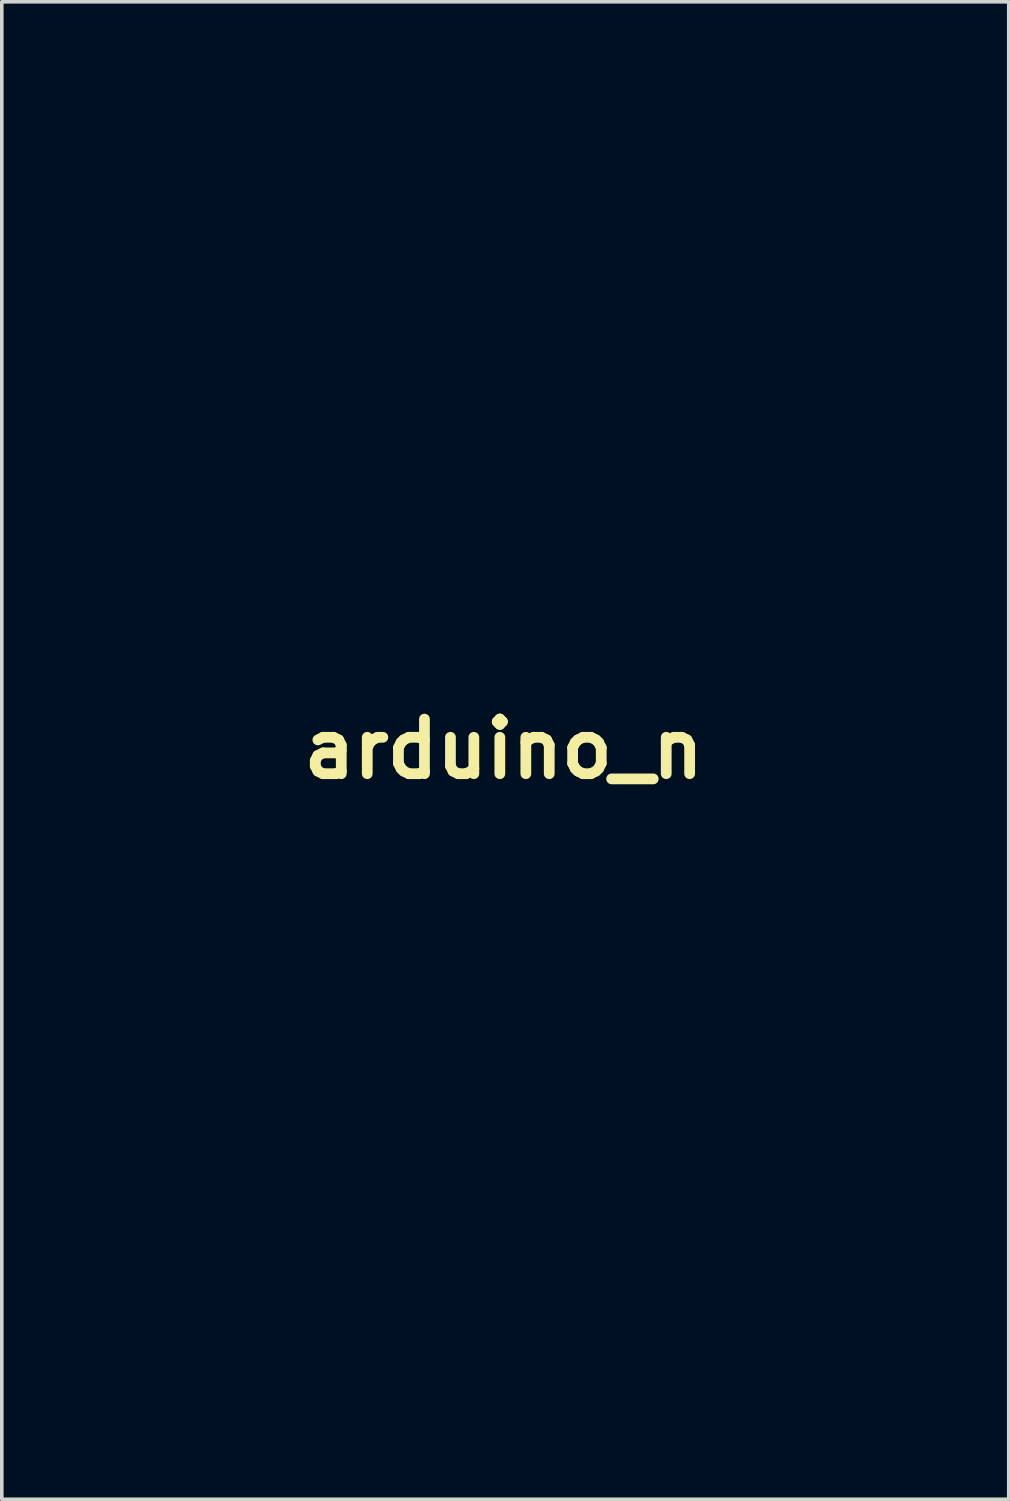
<source format=kicad_pcb>
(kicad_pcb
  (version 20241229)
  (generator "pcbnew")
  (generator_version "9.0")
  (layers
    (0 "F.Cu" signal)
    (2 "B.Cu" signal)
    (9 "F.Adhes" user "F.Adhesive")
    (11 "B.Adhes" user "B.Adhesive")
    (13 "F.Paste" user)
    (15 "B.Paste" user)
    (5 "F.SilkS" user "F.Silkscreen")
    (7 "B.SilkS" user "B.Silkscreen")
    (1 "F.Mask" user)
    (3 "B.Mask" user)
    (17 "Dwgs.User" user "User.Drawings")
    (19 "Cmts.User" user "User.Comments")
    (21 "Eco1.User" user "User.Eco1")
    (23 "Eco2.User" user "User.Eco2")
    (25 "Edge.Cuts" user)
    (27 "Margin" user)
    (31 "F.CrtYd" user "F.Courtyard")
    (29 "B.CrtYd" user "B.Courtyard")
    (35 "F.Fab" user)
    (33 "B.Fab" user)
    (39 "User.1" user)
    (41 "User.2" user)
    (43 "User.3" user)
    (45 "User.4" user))
  (footprint "arduino_n"
    (layer "F.Cu")
    (at 11.012 17.858)
    (property "Reference" "arduino_n" (at 0 0 0) (layer "F.SilkS") (effects (font (size 1.524 1.524) (thickness 0.3))))
    (attr through_hole)
    (fp_poly (pts (xy -3.197 -13.15) (xy -3.166 -13.097) (xy -3.085 -12.886) (xy -3.072 -12.716) (xy -3.11 -12.651) (xy -3.17 -12.735) (xy -3.204 -12.811) (xy -3.279 -13.034) (xy -3.3 -13.182) (xy -3.271 -13.23) (xy -3.197 -13.15)) (stroke (width 0.01) (type solid)) (fill yes) (layer "F.Mask"))
    (fp_poly (pts (xy -0.599 -13.735) (xy -0.593 -13.707) (xy -0.662 -13.65) (xy -0.791 -13.663) (xy -1.028 -13.651) (xy -1.15 -13.59) (xy -1.318 -13.487) (xy -1.401 -13.475) (xy -1.373 -13.547) (xy -1.282 -13.634) (xy -1.099 -13.737) (xy -0.886 -13.792) (xy -0.701 -13.793) (xy -0.599 -13.735)) (stroke (width 0.01) (type solid)) (fill yes) (layer "F.Mask"))
    (fp_poly (pts (xy -2.676 -13.551) (xy -2.516 -13.467) (xy -2.455 -13.37) (xy -2.517 -13.314) (xy -2.593 -13.327) (xy -2.768 -13.323) (xy -2.863 -13.273) (xy -2.957 -13.211) (xy -2.952 -13.28) (xy -2.94 -13.314) (xy -2.934 -13.438) (xy -2.983 -13.462) (xy -3.035 -13.495) (xy -2.994 -13.55) (xy -2.86 -13.587) (xy -2.676 -13.551)) (stroke (width 0.01) (type solid)) (fill yes) (layer "F.Mask"))
    (fp_poly (pts (xy -0.677 -14.147) (xy -0.677 -14.139) (xy -0.749 -14.075) (xy -0.879 -14.055) (xy -1.07 -13.993) (xy -1.292 -13.836) (xy -1.345 -13.785) (xy -1.501 -13.637) (xy -1.596 -13.57) (xy -1.609 -13.576) (xy -1.542 -13.749) (xy -1.377 -13.941) (xy -1.168 -14.095) (xy -1.082 -14.133) (xy -0.838 -14.208) (xy -0.714 -14.212) (xy -0.677 -14.147)) (stroke (width 0.01) (type solid)) (fill yes) (layer "F.Mask"))
    (fp_poly (pts (xy -3.064 -12.093) (xy -3.083 -11.882) (xy -3.1 -11.769) (xy -3.222 -11.405) (xy -3.401 -11.13) (xy -3.644 -10.854) (xy -3.248 -10.662) (xy -2.969 -10.549) (xy -2.71 -10.48) (xy -2.615 -10.47) (xy -2.46 -10.449) (xy -2.422 -10.4) (xy -2.546 -10.342) (xy -2.765 -10.35) (xy -3.018 -10.422) (xy -3.048 -10.435) (xy -3.27 -10.544) (xy -3.52 -10.681) (xy -3.535 -10.69) (xy -3.81 -10.851) (xy -3.574 -11.086) (xy -3.408 -11.315) (xy -3.265 -11.621) (xy -3.221 -11.756) (xy -3.137 -12.03) (xy -3.084 -12.143) (xy -3.064 -12.093)) (stroke (width 0.01) (type solid)) (fill yes) (layer "F.Mask"))
    (fp_poly (pts (xy -3.14 -14.919) (xy -3.199 -14.747) (xy -3.271 -14.591) (xy -3.39 -14.3) (xy -3.462 -14.016) (xy -3.471 -13.908) (xy -3.492 -13.723) (xy -3.547 -13.669) (xy -3.556 -13.674) (xy -3.628 -13.667) (xy -3.627 -13.522) (xy -3.554 -13.251) (xy -3.473 -13.023) (xy -3.376 -12.736) (xy -3.344 -12.58) (xy -3.372 -12.562) (xy -3.455 -12.693) (xy -3.554 -12.907) (xy -3.657 -13.205) (xy -3.718 -13.496) (xy -3.725 -13.598) (xy -3.695 -13.797) (xy -3.615 -14.067) (xy -3.504 -14.365) (xy -3.381 -14.645) (xy -3.264 -14.865) (xy -3.17 -14.979) (xy -3.149 -14.986) (xy -3.14 -14.919)) (stroke (width 0.01) (type solid)) (fill yes) (layer "F.Mask"))
    (fp_poly (pts (xy -2.411 -9.613) (xy -2.524 -9.448) (xy -2.702 -9.247) (xy -2.911 -9.044) (xy -3.119 -8.875) (xy -3.239 -8.799) (xy -3.434 -8.683) (xy -3.545 -8.592) (xy -3.555 -8.571) (xy -3.516 -8.467) (xy -3.416 -8.272) (xy -3.348 -8.149) (xy -3.245 -7.944) (xy -3.206 -7.814) (xy -3.221 -7.789) (xy -3.303 -7.858) (xy -3.419 -8.031) (xy -3.47 -8.125) (xy -3.599 -8.415) (xy -3.621 -8.609) (xy -3.529 -8.752) (xy -3.323 -8.879) (xy -3.078 -9.046) (xy -2.822 -9.281) (xy -2.722 -9.395) (xy -2.558 -9.583) (xy -2.436 -9.693) (xy -2.395 -9.705) (xy -2.411 -9.613)) (stroke (width 0.01) (type solid)) (fill yes) (layer "F.Mask"))
    (fp_poly (pts (xy -0.776 -13.472) (xy -0.722 -13.287) (xy -0.696 -13.049) (xy -0.706 -12.818) (xy -0.731 -12.709) (xy -0.86 -12.511) (xy -1.042 -12.47) (xy -1.207 -12.549) (xy -1.319 -12.704) (xy -1.396 -12.934) (xy -1.399 -12.954) (xy -1.446 -13.25) (xy -1.307 -12.933) (xy -1.161 -12.696) (xy -1.007 -12.615) (xy -0.874 -12.653) (xy -0.847 -12.7) (xy -0.914 -12.779) (xy -0.953 -12.785) (xy -1.091 -12.857) (xy -1.198 -13.028) (xy -1.238 -13.227) (xy -1.226 -13.298) (xy -1.129 -13.429) (xy -0.996 -13.461) (xy -0.91 -13.399) (xy -0.892 -13.4) (xy -0.9 -13.441) (xy -0.877 -13.538) (xy -0.848 -13.547) (xy -0.776 -13.472)) (stroke (width 0.01) (type solid)) (fill yes) (layer "F.Mask"))
    (fp_poly (pts (xy -1.03 -11.833) (xy -1.016 -11.798) (xy -1.016 -11.797) (xy -1.089 -11.734) (xy -1.232 -11.703) (xy -1.467 -11.655) (xy -1.608 -11.6) (xy -1.828 -11.528) (xy -1.955 -11.515) (xy -2.083 -11.505) (xy -2.077 -11.447) (xy -1.994 -11.351) (xy -1.901 -11.2) (xy -1.898 -11.103) (xy -1.872 -11.016) (xy -1.775 -10.963) (xy -1.566 -10.968) (xy -1.358 -11.072) (xy -1.214 -11.234) (xy -1.185 -11.342) (xy -1.146 -11.504) (xy -1.101 -11.557) (xy -1.023 -11.561) (xy -1.013 -11.461) (xy -1.059 -11.303) (xy -1.15 -11.134) (xy -1.224 -11.045) (xy -1.501 -10.873) (xy -1.814 -10.859) (xy -1.926 -10.893) (xy -2.014 -11.003) (xy -2.032 -11.101) (xy -2.089 -11.261) (xy -2.159 -11.315) (xy -2.28 -11.403) (xy -2.243 -11.503) (xy -2.058 -11.605) (xy -1.841 -11.672) (xy -1.466 -11.766) (xy -1.226 -11.822) (xy -1.09 -11.842) (xy -1.03 -11.833)) (stroke (width 0.01) (type solid)) (fill yes) (layer "F.Mask"))
    (fp_poly (pts (xy -0.53 -10.69) (xy -0.464 -10.493) (xy -0.399 -10.326) (xy -0.26 -10.188) (xy -0.009 -10.043) (xy 0.064 -10.007) (xy 0.312 -9.875) (xy 0.486 -9.76) (xy 0.543 -9.695) (xy 0.476 -9.58) (xy 0.275 -9.482) (xy -0.022 -9.407) (xy -0.381 -9.358) (xy -0.765 -9.34) (xy -1.139 -9.356) (xy -1.467 -9.411) (xy -1.58 -9.447) (xy -1.835 -9.571) (xy -1.978 -9.704) (xy -1.989 -9.823) (xy -1.944 -9.866) (xy -1.874 -9.845) (xy -1.863 -9.787) (xy -1.787 -9.692) (xy -1.59 -9.59) (xy -1.319 -9.496) (xy -1.021 -9.428) (xy -0.742 -9.4) (xy -0.725 -9.4) (xy -0.474 -9.422) (xy -0.191 -9.476) (xy 0.075 -9.549) (xy 0.272 -9.626) (xy 0.352 -9.695) (xy 0.352 -9.696) (xy 0.282 -9.772) (xy 0.101 -9.869) (xy -0.013 -9.916) (xy -0.281 -10.05) (xy -0.463 -10.244) (xy -0.599 -10.544) (xy -0.635 -10.657) (xy -0.656 -10.798) (xy -0.608 -10.805) (xy -0.53 -10.69)) (stroke (width 0.01) (type solid)) (fill yes) (layer "F.Mask"))
    (fp_poly (pts (xy -2.832 -12.971) (xy -2.818 -12.921) (xy -2.764 -12.826) (xy -2.762 -12.827) (xy -2.455 -12.827) (xy -2.413 -12.785) (xy -2.371 -12.827) (xy -2.413 -12.869) (xy -2.455 -12.827) (xy -2.762 -12.827) (xy -2.722 -12.849) (xy -2.6 -12.937) (xy -2.503 -12.967) (xy -2.371 -12.942) (xy -2.28 -12.789) (xy -2.258 -12.721) (xy -2.184 -12.536) (xy -2.112 -12.447) (xy -2.104 -12.446) (xy -2.046 -12.375) (xy -2.032 -12.272) (xy -2.062 -12.153) (xy -2.111 -12.146) (xy -2.22 -12.135) (xy -2.243 -12.109) (xy -2.353 -12.028) (xy -2.507 -12.087) (xy -2.638 -12.239) (xy -2.714 -12.384) (xy -2.58 -12.384) (xy -2.569 -12.315) (xy -2.472 -12.195) (xy -2.365 -12.213) (xy -2.3 -12.348) (xy -2.296 -12.425) (xy -2.312 -12.557) (xy -2.34 -12.522) (xy -2.346 -12.503) (xy -2.428 -12.394) (xy -2.501 -12.393) (xy -2.58 -12.384) (xy -2.714 -12.384) (xy -2.764 -12.48) (xy -2.851 -12.735) (xy -2.869 -12.886) (xy -2.856 -13.009) (xy -2.832 -12.971)) (stroke (width 0.01) (type solid)) (fill yes) (layer "F.Mask"))
    (fp_poly (pts (xy 3.256 12.633) (xy 3.367 12.742) (xy 3.469 12.902) (xy 3.597 13.184) (xy 3.737 13.548) (xy 3.876 13.953) (xy 3.999 14.356) (xy 4.092 14.716) (xy 4.143 14.992) (xy 4.148 15.071) (xy 4.129 15.502) (xy 4.067 15.803) (xy 3.947 16.009) (xy 3.755 16.155) (xy 3.717 16.176) (xy 3.502 16.278) (xy 3.351 16.336) (xy 3.325 16.341) (xy 3.241 16.284) (xy 3.067 16.129) (xy 2.827 15.9) (xy 2.568 15.642) (xy 1.88 14.944) (xy 1.804 14.291) (xy 1.773 13.908) (xy 1.766 13.529) (xy 1.783 13.236) (xy 1.784 13.233) (xy 1.814 13.021) (xy 1.832 12.945) (xy 1.842 13.014) (xy 1.849 13.238) (xy 1.852 13.377) (xy 1.873 13.775) (xy 1.914 14.2) (xy 1.946 14.432) (xy 1.99 14.664) (xy 2.051 14.847) (xy 2.153 15.02) (xy 2.32 15.221) (xy 2.578 15.489) (xy 2.679 15.591) (xy 3.33 16.245) (xy 3.644 16.085) (xy 3.818 15.986) (xy 3.918 15.879) (xy 3.973 15.712) (xy 4.01 15.434) (xy 4.015 15.392) (xy 4.034 15.147) (xy 4.028 14.934) (xy 3.989 14.707) (xy 3.908 14.423) (xy 3.777 14.038) (xy 3.727 13.897) (xy 3.584 13.505) (xy 3.454 13.157) (xy 3.35 12.892) (xy 3.291 12.754) (xy 3.231 12.631) (xy 3.256 12.633)) (stroke (width 0.01) (type solid)) (fill yes) (layer "F.Mask"))
    (fp_poly (pts (xy -0.881 -8.224) (xy -0.847 -8.006) (xy -0.847 -7.99) (xy -0.847 -7.682) (xy -0.662 -7.926) (xy -0.533 -8.096) (xy -0.457 -8.197) (xy -0.452 -8.204) (xy -0.378 -8.194) (xy -0.27 -8.098) (xy -0.186 -7.974) (xy -0.169 -7.912) (xy -0.22 -7.783) (xy -0.348 -7.593) (xy -0.397 -7.531) (xy -0.536 -7.357) (xy -0.572 -7.257) (xy -0.515 -7.181) (xy -0.467 -7.145) (xy -0.325 -7.074) (xy -0.198 -7.13) (xy -0.154 -7.168) (xy -0.064 -7.238) (xy -0.019 -7.218) (xy -0.002 -7.08) (xy 0 -6.871) (xy -0.005 -6.616) (xy -0.037 -6.486) (xy -0.121 -6.44) (xy -0.257 -6.435) (xy -0.464 -6.395) (xy -0.562 -6.308) (xy -0.676 -6.213) (xy -0.851 -6.181) (xy -1.001 -6.197) (xy -1.083 -6.276) (xy -1.132 -6.462) (xy -1.147 -6.562) (xy -1.155 -6.604) (xy -0.677 -6.604) (xy -0.66 -6.469) (xy -0.596 -6.483) (xy -0.576 -6.502) (xy -0.518 -6.618) (xy -0.576 -6.706) (xy -0.652 -6.747) (xy -0.677 -6.645) (xy -0.677 -6.604) (xy -1.155 -6.604) (xy -1.19 -6.795) (xy -1.255 -6.906) (xy -1.389 -6.94) (xy -1.534 -6.943) (xy -1.755 -6.96) (xy -1.849 -7.023) (xy -1.863 -7.095) (xy -1.79 -7.311) (xy -1.593 -7.433) (xy -1.454 -7.451) (xy -1.328 -7.464) (xy -1.276 -7.534) (xy -1.278 -7.706) (xy -1.29 -7.827) (xy -1.302 -8.085) (xy -1.258 -8.218) (xy -1.21 -8.25) (xy -0.994 -8.299) (xy -0.881 -8.224)) (stroke (width 0.01) (type solid)) (fill yes) (layer "F.Mask"))
    (fp_poly (pts (xy -3.68 13.403) (xy -3.601 13.542) (xy -3.538 13.675) (xy -3.519 13.788) (xy -3.555 13.921) (xy -3.658 14.115) (xy -3.839 14.409) (xy -3.853 14.432) (xy -4.061 14.743) (xy -4.275 15.004) (xy -4.536 15.254) (xy -4.883 15.537) (xy -5.063 15.673) (xy -5.438 15.949) (xy -5.724 16.137) (xy -5.962 16.261) (xy -6.194 16.342) (xy -6.434 16.397) (xy -6.792 16.464) (xy -7.02 16.491) (xy -7.158 16.471) (xy -7.243 16.395) (xy -7.312 16.255) (xy -7.332 16.207) (xy -7.399 16.023) (xy -7.406 15.88) (xy -7.343 15.712) (xy -7.222 15.495) (xy -7.096 15.308) (xy -6.908 15.065) (xy -6.68 14.79) (xy -6.436 14.51) (xy -6.199 14.25) (xy -5.993 14.037) (xy -5.839 13.896) (xy -5.762 13.853) (xy -5.757 13.863) (xy -5.812 13.954) (xy -5.959 14.138) (xy -6.175 14.388) (xy -6.38 14.612) (xy -6.774 15.056) (xy -7.048 15.412) (xy -7.21 15.7) (xy -7.272 15.941) (xy -7.242 16.154) (xy -7.199 16.252) (xy -7.143 16.33) (xy -7.056 16.365) (xy -6.897 16.358) (xy -6.625 16.313) (xy -6.526 16.294) (xy -6.251 16.233) (xy -6.019 16.155) (xy -5.786 16.036) (xy -5.511 15.855) (xy -5.149 15.59) (xy -5.129 15.575) (xy -4.713 15.248) (xy -4.404 14.965) (xy -4.162 14.689) (xy -3.969 14.41) (xy -3.792 14.12) (xy -3.696 13.925) (xy -3.668 13.782) (xy -3.694 13.647) (xy -3.712 13.599) (xy -3.775 13.385) (xy -3.76 13.318) (xy -3.68 13.403)) (stroke (width 0.01) (type solid)) (fill yes) (layer "F.Mask"))
    (fp_poly (pts (xy -3.645 -8.046) (xy -3.795 -7.876) (xy -4.034 -7.623) (xy -4.346 -7.305) (xy -4.714 -6.937) (xy -4.932 -6.723) (xy -5.393 -6.276) (xy -5.763 -5.925) (xy -6.074 -5.647) (xy -6.355 -5.418) (xy -6.635 -5.215) (xy -6.945 -5.013) (xy -7.314 -4.791) (xy -7.537 -4.66) (xy -8.19 -4.273) (xy -8.708 -3.953) (xy -9.107 -3.686) (xy -9.4 -3.46) (xy -9.603 -3.26) (xy -9.731 -3.076) (xy -9.799 -2.892) (xy -9.821 -2.697) (xy -9.821 -2.666) (xy -9.842 -2.446) (xy -9.895 -2.161) (xy -9.918 -2.063) (xy -9.969 -1.813) (xy -9.959 -1.662) (xy -9.883 -1.55) (xy -9.877 -1.543) (xy -9.789 -1.475) (xy -9.686 -1.464) (xy -9.521 -1.517) (xy -9.251 -1.64) (xy -9.251 -1.64) (xy -8.959 -1.797) (xy -8.754 -1.967) (xy -8.574 -2.205) (xy -8.467 -2.383) (xy -8.132 -2.84) (xy -7.646 -3.32) (xy -7.003 -3.825) (xy -6.201 -4.359) (xy -5.559 -4.741) (xy -5.081 -5.019) (xy -4.715 -5.244) (xy -4.425 -5.444) (xy -4.174 -5.647) (xy -3.928 -5.88) (xy -3.648 -6.171) (xy -3.538 -6.29) (xy -3.254 -6.592) (xy -3.011 -6.838) (xy -2.831 -7.007) (xy -2.738 -7.077) (xy -2.73 -7.077) (xy -2.769 -7.003) (xy -2.906 -6.831) (xy -3.119 -6.585) (xy -3.389 -6.288) (xy -3.464 -6.208) (xy -3.764 -5.894) (xy -4.023 -5.643) (xy -4.277 -5.428) (xy -4.56 -5.222) (xy -4.909 -4.998) (xy -5.358 -4.729) (xy -5.548 -4.617) (xy -6.37 -4.116) (xy -7.044 -3.656) (xy -7.582 -3.228) (xy -7.999 -2.821) (xy -8.307 -2.423) (xy -8.379 -2.305) (xy -8.566 -2.009) (xy -8.749 -1.808) (xy -8.99 -1.645) (xy -9.207 -1.533) (xy -9.473 -1.403) (xy -9.671 -1.309) (xy -9.761 -1.27) (xy -9.762 -1.27) (xy -9.83 -1.323) (xy -9.962 -1.448) (xy -10.06 -1.56) (xy -10.097 -1.672) (xy -10.079 -1.84) (xy -10.017 -2.093) (xy -9.958 -2.371) (xy -9.934 -2.593) (xy -9.942 -2.682) (xy -9.935 -2.875) (xy -9.817 -3.127) (xy -9.614 -3.401) (xy -9.351 -3.655) (xy -9.259 -3.726) (xy -9.046 -3.869) (xy -8.722 -4.076) (xy -8.32 -4.324) (xy -7.877 -4.592) (xy -7.578 -4.769) (xy -7.151 -5.023) (xy -6.805 -5.238) (xy -6.512 -5.439) (xy -6.239 -5.649) (xy -5.956 -5.893) (xy -5.633 -6.195) (xy -5.238 -6.581) (xy -4.977 -6.84) (xy -4.59 -7.221) (xy -4.243 -7.554) (xy -3.954 -7.825) (xy -3.74 -8.015) (xy -3.62 -8.11) (xy -3.6 -8.116) (xy -3.645 -8.046)) (stroke (width 0.01) (type solid)) (fill yes) (layer "F.Mask"))
    (fp_poly (pts (xy -1.745 -16.628) (xy -1.685 -16.614) (xy -1.399 -16.566) (xy -1.14 -16.56) (xy -1.08 -16.568) (xy -0.878 -16.56) (xy -0.561 -16.473) (xy -0.116 -16.304) (xy 0.001 -16.256) (xy 0.438 -16.081) (xy 0.755 -15.978) (xy 0.981 -15.94) (xy 1.106 -15.948) (xy 1.287 -15.962) (xy 1.41 -15.89) (xy 1.531 -15.713) (xy 1.707 -15.495) (xy 1.917 -15.338) (xy 1.944 -15.326) (xy 2.153 -15.2) (xy 2.239 -15.037) (xy 2.198 -14.821) (xy 2.026 -14.538) (xy 1.722 -14.174) (xy 1.657 -14.104) (xy 1.458 -13.864) (xy 1.319 -13.649) (xy 1.271 -13.511) (xy 1.307 -13.211) (xy 1.398 -13.013) (xy 1.513 -12.951) (xy 1.599 -12.936) (xy 1.549 -12.873) (xy 1.496 -12.831) (xy 1.377 -12.646) (xy 1.369 -12.516) (xy 1.394 -12.42) (xy 1.445 -12.427) (xy 1.544 -12.553) (xy 1.651 -12.718) (xy 1.801 -12.937) (xy 1.922 -13.084) (xy 1.971 -13.12) (xy 1.992 -13.064) (xy 1.921 -12.908) (xy 1.776 -12.684) (xy 1.596 -12.448) (xy 1.449 -12.249) (xy 1.364 -12.095) (xy 1.355 -12.059) (xy 1.296 -11.955) (xy 1.139 -11.772) (xy 0.916 -11.538) (xy 0.656 -11.285) (xy 0.39 -11.043) (xy 0.149 -10.842) (xy 0.089 -10.797) (xy -0.144 -10.652) (xy -0.319 -10.588) (xy -0.407 -10.614) (xy -0.401 -10.689) (xy -0.398 -10.845) (xy -0.435 -10.995) (xy -0.481 -11.1) (xy -0.537 -11.129) (xy -0.638 -11.07) (xy -0.819 -10.911) (xy -0.897 -10.839) (xy -1.146 -10.629) (xy -1.333 -10.529) (xy -1.503 -10.514) (xy -1.519 -10.516) (xy -1.664 -10.528) (xy -1.725 -10.479) (xy -1.727 -10.327) (xy -1.712 -10.186) (xy -1.695 -9.928) (xy -1.712 -9.831) (xy -1.752 -9.895) (xy -1.802 -10.117) (xy -1.815 -10.198) (xy -1.88 -10.466) (xy -2.006 -10.642) (xy -2.166 -10.757) (xy -2.359 -10.92) (xy -2.536 -11.142) (xy -2.681 -11.39) (xy -2.778 -11.626) (xy -2.81 -11.817) (xy -2.761 -11.925) (xy -2.709 -11.938) (xy -2.648 -11.865) (xy -2.624 -11.705) (xy -2.561 -11.417) (xy -2.401 -11.119) (xy -2.189 -10.887) (xy -2.109 -10.833) (xy -1.703 -10.669) (xy -1.36 -10.655) (xy -1.057 -10.798) (xy -0.772 -11.102) (xy -0.73 -11.161) (xy -0.638 -11.301) (xy -0.574 -11.435) (xy -0.531 -11.594) (xy -0.506 -11.814) (xy -0.492 -12.127) (xy -0.483 -12.569) (xy -0.482 -12.685) (xy -0.471 -13.164) (xy -0.453 -13.498) (xy -0.428 -13.679) (xy -0.398 -13.699) (xy -0.394 -13.689) (xy -0.368 -13.53) (xy -0.355 -13.247) (xy -0.356 -12.883) (xy -0.367 -12.589) (xy -0.383 -12.164) (xy -0.38 -11.888) (xy -0.358 -11.742) (xy -0.315 -11.706) (xy -0.312 -11.707) (xy -0.221 -11.81) (xy -0.21 -11.868) (xy -0.153 -12.024) (xy -0.062 -12.142) (xy 0.017 -12.289) (xy 0.069 -12.508) (xy 0.089 -12.742) (xy 0.072 -12.937) (xy 0.016 -13.035) (xy 0 -13.039) (xy -0.069 -12.968) (xy -0.085 -12.869) (xy -0.12 -12.732) (xy -0.169 -12.7) (xy -0.247 -12.759) (xy -0.233 -12.897) (xy -0.135 -13.059) (xy -0.112 -13.084) (xy 0.005 -13.18) (xy 0.086 -13.146) (xy 0.139 -13.079) (xy 0.209 -12.849) (xy 0.194 -12.542) (xy 0.132 -12.269) (xy 0.029 -11.992) (xy -0.09 -11.76) (xy -0.204 -11.62) (xy -0.253 -11.599) (xy -0.348 -11.527) (xy -0.384 -11.344) (xy -0.354 -11.101) (xy -0.334 -11.036) (xy -0.256 -10.848) (xy -0.186 -10.755) (xy -0.178 -10.753) (xy -0.08 -10.807) (xy 0.104 -10.949) (xy 0.342 -11.149) (xy 0.598 -11.376) (xy 0.838 -11.602) (xy 1.029 -11.794) (xy 1.107 -11.884) (xy 1.199 -12.02) (xy 1.247 -12.163) (xy 1.258 -12.364) (xy 1.239 -12.671) (xy 1.231 -12.768) (xy 1.179 -13.228) (xy 1.109 -13.69) (xy 1.045 -14.031) (xy 1.195 -14.031) (xy 1.197 -13.911) (xy 1.26 -13.885) (xy 1.346 -13.946) (xy 1.505 -14.107) (xy 1.703 -14.334) (xy 1.725 -14.361) (xy 1.967 -14.679) (xy 2.086 -14.907) (xy 2.085 -15.07) (xy 1.967 -15.188) (xy 1.858 -15.242) (xy 1.653 -15.293) (xy 1.512 -15.273) (xy 1.468 -15.203) (xy 1.552 -15.104) (xy 1.6 -15.076) (xy 1.735 -14.976) (xy 1.76 -14.858) (xy 1.669 -14.69) (xy 1.482 -14.467) (xy 1.293 -14.226) (xy 1.195 -14.031) (xy 1.045 -14.031) (xy 1.028 -14.118) (xy 0.944 -14.475) (xy 0.866 -14.716) (xy 1.026 -14.716) (xy 1.057 -14.547) (xy 1.071 -14.494) (xy 1.123 -14.298) (xy 1.366 -14.531) (xy 1.522 -14.706) (xy 1.605 -14.85) (xy 1.609 -14.875) (xy 1.568 -14.97) (xy 1.431 -14.966) (xy 1.232 -14.888) (xy 1.075 -14.806) (xy 1.026 -14.716) (xy 0.866 -14.716) (xy 0.864 -14.723) (xy 0.818 -14.809) (xy 0.608 -14.97) (xy 0.266 -15.126) (xy -0.000114 -15.212) (xy 0.649 -15.212) (xy 0.706 -15.076) (xy 0.855 -15.013) (xy 1.058 -15.003) (xy 1.235 -15.046) (xy 1.334 -15.165) (xy 1.391 -15.347) (xy 1.427 -15.631) (xy 1.358 -15.782) (xy 1.184 -15.802) (xy 1.026 -15.752) (xy 0.825 -15.612) (xy 0.691 -15.414) (xy 0.649 -15.212) (xy -0.000114 -15.212) (xy -0.169 -15.267) (xy -0.236 -15.282) (xy 0.254 -15.282) (xy 0.296 -15.24) (xy 0.339 -15.282) (xy 0.296 -15.325) (xy 0.254 -15.282) (xy -0.236 -15.282) (xy -0.597 -15.367) (xy 0 -15.367) (xy 0.042 -15.325) (xy 0.085 -15.367) (xy 0.042 -15.409) (xy 0 -15.367) (xy -0.597 -15.367) (xy -0.66 -15.382) (xy -1.169 -15.461) (xy -1.245 -15.466) (xy -0.31 -15.466) (xy -0.299 -15.415) (xy -0.254 -15.409) (xy -0.184 -15.44) (xy -0.198 -15.466) (xy -0.298 -15.476) (xy -0.31 -15.466) (xy -1.245 -15.466) (xy -1.658 -15.494) (xy -1.711 -15.494) (xy -2.178 -15.422) (xy -2.554 -15.21) (xy -2.829 -14.865) (xy -2.908 -14.69) (xy -2.979 -14.647) (xy -3 -14.661) (xy -3.016 -14.778) (xy -2.931 -14.961) (xy -2.777 -15.166) (xy -2.58 -15.351) (xy -2.493 -15.412) (xy -2.343 -15.514) (xy -0.641 -15.514) (xy -0.557 -15.501) (xy -0.448 -15.516) (xy -0.446 -15.545) (xy -0.56 -15.565) (xy -0.609 -15.552) (xy -0.641 -15.514) (xy -2.343 -15.514) (xy -2.309 -15.537) (xy -2.228 -15.653) (xy -2.222 -15.828) (xy -2.242 -15.992) (xy -2.242 -16.009) (xy -2.119 -16.009) (xy -2.099 -15.787) (xy -2.059 -15.635) (xy -2.012 -15.6) (xy -1.942 -15.706) (xy -1.933 -15.94) (xy -1.934 -15.945) (xy -1.929 -16.029) (xy -1.807 -16.029) (xy -1.8 -15.882) (xy -1.771 -15.774) (xy -1.711 -15.705) (xy -1.582 -15.659) (xy -1.347 -15.621) (xy -1.116 -15.592) (xy -1.06 -15.612) (xy -1.137 -15.712) (xy -1.245 -15.87) (xy -1.27 -15.964) (xy -1.342 -16.066) (xy -1.384 -16.086) (xy -1.185 -16.086) (xy -1.123 -15.892) (xy -0.975 -15.736) (xy -0.8 -15.678) (xy -0.778 -15.68) (xy -0.687 -15.758) (xy -0.296 -15.758) (xy -0.286 -15.646) (xy -0.229 -15.667) (xy -0.201 -15.706) (xy -0.04 -15.706) (xy -0.012 -15.663) (xy 0.015 -15.683) (xy 0.191 -15.683) (xy 0.21 -15.498) (xy 0.22 -15.48) (xy 0.289 -15.46) (xy 0.304 -15.488) (xy 0.429 -15.488) (xy 0.476 -15.411) (xy 0.499 -15.409) (xy 0.59 -15.477) (xy 0.628 -15.548) (xy 0.649 -15.697) (xy 0.594 -15.742) (xy 0.505 -15.661) (xy 0.429 -15.488) (xy 0.304 -15.488) (xy 0.357 -15.583) (xy 0.452 -15.764) (xy 0.533 -15.85) (xy 0.556 -15.901) (xy 0.45 -15.916) (xy 0.284 -15.847) (xy 0.191 -15.683) (xy 0.015 -15.683) (xy 0.081 -15.731) (xy 0.12 -15.802) (xy 0.149 -15.951) (xy 0.098 -15.965) (xy 0.004 -15.84) (xy -0.04 -15.706) (xy -0.201 -15.706) (xy -0.142 -15.787) (xy -0.055 -15.951) (xy -0.004 -16.102) (xy 0 -16.139) (xy -0.064 -16.171) (xy -0.071 -16.171) (xy -0.161 -16.1) (xy -0.246 -15.937) (xy -0.296 -15.758) (xy -0.687 -15.758) (xy -0.67 -15.772) (xy -0.607 -15.907) (xy -0.508 -15.907) (xy -0.478 -15.835) (xy -0.396 -15.909) (xy -0.328 -16.023) (xy -0.266 -16.152) (xy -0.298 -16.152) (xy -0.367 -16.097) (xy -0.481 -15.973) (xy -0.508 -15.907) (xy -0.607 -15.907) (xy -0.58 -15.965) (xy -0.57 -15.998) (xy -0.534 -16.215) (xy -0.58 -16.343) (xy -0.644 -16.4) (xy -0.88 -16.507) (xy -1.06 -16.46) (xy -1.166 -16.27) (xy -1.185 -16.086) (xy -1.384 -16.086) (xy -1.505 -16.142) (xy -1.683 -16.163) (xy -1.762 -16.139) (xy -1.807 -16.029) (xy -1.929 -16.029) (xy -1.918 -16.196) (xy -1.809 -16.31) (xy -1.595 -16.294) (xy -1.489 -16.259) (xy -1.327 -16.211) (xy -1.283 -16.246) (xy -1.29 -16.276) (xy -1.39 -16.37) (xy -1.586 -16.465) (xy -1.81 -16.537) (xy -1.99 -16.56) (xy -2.04 -16.548) (xy -2.09 -16.443) (xy -2.116 -16.246) (xy -2.119 -16.009) (xy -2.242 -16.009) (xy -2.255 -16.318) (xy -2.185 -16.531) (xy -2.176 -16.544) (xy -2.082 -16.64) (xy -1.958 -16.666) (xy -1.745 -16.628)) (stroke (width 0.01) (type solid)) (fill yes) (layer "F.Mask"))
    (fp_poly (pts (xy -0.409 -17.838) (xy -0.352 -17.797) (xy -0.339 -17.725) (xy -0.339 -17.714) (xy -0.324 -17.601) (xy -0.263 -17.505) (xy -0.128 -17.408) (xy 0.107 -17.292) (xy 0.47 -17.137) (xy 0.543 -17.107) (xy 0.877 -16.974) (xy 1.111 -16.9) (xy 1.302 -16.875) (xy 1.505 -16.893) (xy 1.716 -16.931) (xy 1.983 -16.979) (xy 2.173 -17.004) (xy 2.238 -17.003) (xy 2.399 -16.751) (xy 2.591 -16.406) (xy 2.781 -16.031) (xy 2.935 -15.69) (xy 3.004 -15.507) (xy 3.151 -15.055) (xy 2.919 -14.508) (xy 2.686 -13.96) (xy 2.872 -13.321) (xy 3.057 -12.683) (xy 2.46 -11.902) (xy 2.176 -11.516) (xy 1.991 -11.23) (xy 1.892 -11.016) (xy 1.863 -10.853) (xy 1.872 -10.728) (xy 1.918 -10.627) (xy 2.029 -10.527) (xy 2.23 -10.405) (xy 2.551 -10.238) (xy 2.646 -10.19) (xy 3.075 -9.981) (xy 3.543 -9.764) (xy 3.971 -9.575) (xy 4.106 -9.519) (xy 4.432 -9.384) (xy 4.633 -9.285) (xy 4.738 -9.196) (xy 4.78 -9.09) (xy 4.789 -8.939) (xy 4.789 -8.929) (xy 4.835 -8.662) (xy 4.981 -8.483) (xy 5.001 -8.468) (xy 5.106 -8.405) (xy 5.23 -8.369) (xy 5.408 -8.359) (xy 5.677 -8.372) (xy 6.071 -8.407) (xy 6.167 -8.417) (xy 6.587 -8.456) (xy 6.87 -8.474) (xy 7.045 -8.469) (xy 7.143 -8.44) (xy 7.194 -8.386) (xy 7.197 -8.381) (xy 7.243 -8.281) (xy 7.349 -8.04) (xy 7.51 -7.671) (xy 7.719 -7.19) (xy 7.97 -6.611) (xy 8.257 -5.948) (xy 8.574 -5.216) (xy 8.914 -4.428) (xy 9.18 -3.811) (xy 11.092 0.629) (xy 10.706 1.02) (xy 10.321 1.412) (xy 7.072 2.378) (xy 3.824 3.344) (xy 3.763 4.064) (xy 3.75 4.337) (xy 3.745 4.75) (xy 3.748 5.273) (xy 3.757 5.877) (xy 3.774 6.533) (xy 3.796 7.21) (xy 3.8 7.301) (xy 3.899 9.818) (xy 4.318 10.964) (xy 4.49 11.445) (xy 4.612 11.824) (xy 4.696 12.157) (xy 4.753 12.498) (xy 4.798 12.904) (xy 4.828 13.273) (xy 4.883 13.829) (xy 4.96 14.448) (xy 5.049 15.047) (xy 5.126 15.483) (xy 5.333 16.53) (xy 5.058 17.046) (xy 4.784 17.562) (xy 3.979 17.752) (xy 3.626 17.833) (xy 3.333 17.896) (xy 3.141 17.933) (xy 3.09 17.939) (xy 2.983 17.894) (xy 2.778 17.776) (xy 2.517 17.61) (xy 2.477 17.583) (xy 2.249 17.422) (xy 2.06 17.258) (xy 1.883 17.059) (xy 1.69 16.793) (xy 1.453 16.428) (xy 1.32 16.214) (xy 0.692 15.198) (xy 0.593 14.246) (xy 0.558 13.835) (xy 0.539 13.463) (xy 0.537 13.176) (xy 0.55 13.039) (xy 0.546 12.904) (xy 0.513 12.631) (xy 0.454 12.242) (xy 0.374 11.764) (xy 0.279 11.221) (xy 0.173 10.636) (xy 0.06 10.035) (xy -0.055 9.442) (xy -0.167 8.881) (xy -0.272 8.378) (xy -0.365 7.956) (xy -0.441 7.641) (xy -0.496 7.456) (xy -0.513 7.42) (xy -0.628 7.396) (xy -0.827 7.432) (xy -0.86 7.442) (xy -1.143 7.536) (xy -1.783 9.928) (xy -2.422 12.319) (xy -2.278 12.944) (xy -2.133 13.569) (xy -2.632 14.468) (xy -2.872 14.885) (xy -3.079 15.201) (xy -3.297 15.467) (xy -3.565 15.735) (xy -3.89 16.024) (xy -4.279 16.345) (xy -4.714 16.677) (xy -5.13 16.972) (xy -5.351 17.116) (xy -6.054 17.55) (xy -6.842 17.466) (xy -7.63 17.383) (xy -7.996 16.968) (xy -8.206 16.711) (xy -8.326 16.494) (xy -8.39 16.24) (xy -8.417 16.025) (xy -8.438 15.74) (xy -8.424 15.521) (xy -8.359 15.303) (xy -8.231 15.022) (xy -8.177 14.914) (xy -8.02 14.625) (xy -7.862 14.4) (xy -7.663 14.193) (xy -7.384 13.964) (xy -7.172 13.804) (xy -6.461 13.278) (xy -6.06 11.317) (xy -5.892 10.511) (xy -5.715 9.684) (xy -5.521 8.806) (xy -5.304 7.848) (xy -5.058 6.782) (xy -4.785 5.618) (xy -4.743 5.437) (xy -5.525 5.638) (xy -5.875 5.725) (xy -6.169 5.794) (xy -6.363 5.834) (xy -6.412 5.84) (xy -6.51 5.772) (xy -6.636 5.599) (xy -6.687 5.507) (xy -6.773 5.302) (xy -6.825 5.065) (xy -6.851 4.749) (xy -6.858 4.34) (xy -6.856 4.122) (xy -6.849 3.923) (xy -6.83 3.721) (xy -6.797 3.498) (xy -6.745 3.234) (xy -6.669 2.911) (xy -6.565 2.508) (xy -6.43 2.008) (xy -6.257 1.389) (xy -6.045 0.634) (xy -5.96 0.336) (xy -5.76 -0.372) (xy -5.573 -1.033) (xy -5.404 -1.627) (xy -5.26 -2.137) (xy -5.144 -2.543) (xy -5.064 -2.828) (xy -5.023 -2.972) (xy -5.019 -2.982) (xy -5.02 -3.045) (xy -5.091 -3.056) (xy -5.258 -3.01) (xy -5.547 -2.901) (xy -5.642 -2.863) (xy -6.263 -2.562) (xy -6.876 -2.168) (xy -7.428 -1.72) (xy -7.867 -1.255) (xy -7.881 -1.238) (xy -8.085 -0.989) (xy -8.255 -0.836) (xy -8.451 -0.74) (xy -8.737 -0.662) (xy -8.831 -0.641) (xy -9.151 -0.569) (xy -9.376 -0.528) (xy -9.56 -0.522) (xy -9.758 -0.551) (xy -10.024 -0.617) (xy -10.308 -0.695) (xy -11.007 -0.886) (xy -11.005 -1.649) (xy -11.004 -1.66) (xy -10.753 -1.66) (xy -10.75 -1.377) (xy -10.742 -1.176) (xy -10.731 -1.101) (xy -10.646 -1.079) (xy -10.44 -1.023) (xy -10.157 -0.942) (xy -10.125 -0.933) (xy -9.803 -0.848) (xy -9.568 -0.811) (xy -9.343 -0.822) (xy -9.054 -0.877) (xy -8.967 -0.896) (xy -8.652 -0.976) (xy -8.441 -1.067) (xy -8.27 -1.207) (xy -8.077 -1.438) (xy -8.04 -1.486) (xy -7.494 -2.062) (xy -6.797 -2.577) (xy -5.955 -3.023) (xy -5.572 -3.185) (xy -5.204 -3.326) (xy -4.897 -3.436) (xy -4.682 -3.504) (xy -4.592 -3.52) (xy -4.592 -3.519) (xy -4.597 -3.426) (xy -4.648 -3.219) (xy -4.73 -2.948) (xy -4.793 -2.743) (xy -4.896 -2.397) (xy -5.031 -1.933) (xy -5.192 -1.373) (xy -5.373 -0.74) (xy -5.567 -0.055) (xy -5.755 0.613) (xy -5.978 1.41) (xy -6.158 2.065) (xy -6.301 2.595) (xy -6.41 3.022) (xy -6.489 3.363) (xy -6.544 3.64) (xy -6.578 3.87) (xy -6.597 4.075) (xy -6.604 4.272) (xy -6.604 4.355) (xy -6.582 4.867) (xy -6.516 5.233) (xy -6.408 5.447) (xy -6.288 5.503) (xy -6.16 5.483) (xy -5.908 5.43) (xy -5.574 5.351) (xy -5.318 5.288) (xy -4.962 5.202) (xy -4.671 5.141) (xy -4.48 5.111) (xy -4.426 5.113) (xy -4.434 5.203) (xy -4.476 5.436) (xy -4.549 5.789) (xy -4.646 6.242) (xy -4.765 6.771) (xy -4.896 7.339) (xy -5.065 8.073) (xy -5.249 8.889) (xy -5.435 9.731) (xy -5.611 10.542) (xy -5.764 11.265) (xy -5.811 11.491) (xy -6.216 13.456) (xy -6.917 13.968) (xy -7.255 14.222) (xy -7.488 14.428) (xy -7.658 14.627) (xy -7.8 14.863) (xy -7.894 15.05) (xy -8.09 15.536) (xy -8.157 15.941) (xy -8.093 16.298) (xy -7.897 16.637) (xy -7.807 16.747) (xy -7.634 16.931) (xy -7.48 17.046) (xy -7.289 17.119) (xy -7.008 17.173) (xy -6.843 17.197) (xy -6.193 17.291) (xy -5.488 16.862) (xy -5.108 16.611) (xy -4.673 16.295) (xy -4.253 15.965) (xy -4.063 15.804) (xy -3.702 15.476) (xy -3.433 15.19) (xy -3.208 14.89) (xy -2.981 14.517) (xy -2.891 14.357) (xy -2.44 13.54) (xy -2.711 12.319) (xy -2.073 9.948) (xy -1.908 9.336) (xy -1.756 8.773) (xy -1.623 8.28) (xy -1.514 7.881) (xy -1.436 7.596) (xy -1.395 7.448) (xy -1.391 7.436) (xy -1.305 7.357) (xy -1.113 7.25) (xy -0.867 7.136) (xy -0.615 7.035) (xy -0.408 6.97) (xy -0.295 6.961) (xy -0.29 6.964) (xy -0.269 7.049) (xy -0.22 7.281) (xy -0.145 7.64) (xy -0.049 8.108) (xy 0.064 8.665) (xy 0.191 9.292) (xy 0.297 9.821) (xy 0.48 10.755) (xy 0.624 11.528) (xy 0.73 12.141) (xy 0.796 12.598) (xy 0.825 12.9) (xy 0.824 13.016) (xy 0.816 13.257) (xy 0.828 13.609) (xy 0.858 14.014) (xy 0.881 14.247) (xy 0.924 14.604) (xy 0.969 14.875) (xy 1.032 15.103) (xy 1.131 15.333) (xy 1.282 15.609) (xy 1.502 15.974) (xy 1.563 16.075) (xy 1.831 16.503) (xy 2.048 16.814) (xy 2.237 17.038) (xy 2.427 17.209) (xy 2.576 17.315) (xy 2.815 17.467) (xy 3.005 17.557) (xy 3.193 17.59) (xy 3.429 17.572) (xy 3.761 17.508) (xy 3.943 17.469) (xy 4.588 17.327) (xy 4.805 16.884) (xy 5.022 16.442) (xy 4.841 15.524) (xy 4.764 15.076) (xy 4.686 14.527) (xy 4.616 13.945) (xy 4.564 13.399) (xy 4.562 13.377) (xy 4.519 12.875) (xy 4.474 12.487) (xy 4.415 12.163) (xy 4.331 11.847) (xy 4.209 11.487) (xy 4.047 11.049) (xy 3.629 9.948) (xy 3.545 8.012) (xy 3.521 7.375) (xy 3.504 6.712) (xy 3.492 6.045) (xy 3.487 5.398) (xy 3.488 4.793) (xy 3.495 4.252) (xy 3.507 3.797) (xy 3.525 3.451) (xy 3.549 3.236) (xy 3.569 3.176) (xy 3.659 3.141) (xy 3.894 3.062) (xy 4.257 2.947) (xy 4.729 2.799) (xy 5.293 2.626) (xy 5.932 2.431) (xy 6.627 2.221) (xy 6.871 2.148) (xy 7.588 1.931) (xy 8.26 1.725) (xy 8.868 1.535) (xy 9.393 1.368) (xy 9.817 1.23) (xy 10.121 1.126) (xy 10.287 1.062) (xy 10.307 1.051) (xy 10.504 0.881) (xy 10.624 0.734) (xy 10.649 0.686) (xy 10.66 0.623) (xy 10.653 0.533) (xy 10.623 0.403) (xy 10.566 0.22) (xy 10.476 -0.026) (xy 10.348 -0.35) (xy 10.179 -0.764) (xy 9.963 -1.28) (xy 9.695 -1.911) (xy 9.37 -2.669) (xy 8.984 -3.566) (xy 8.877 -3.815) (xy 8.529 -4.623) (xy 8.201 -5.383) (xy 7.9 -6.082) (xy 7.631 -6.704) (xy 7.4 -7.237) (xy 7.214 -7.666) (xy 7.079 -7.977) (xy 7 -8.157) (xy 6.982 -8.196) (xy 6.895 -8.198) (xy 6.675 -8.184) (xy 6.358 -8.155) (xy 6.058 -8.125) (xy 5.155 -8.027) (xy 4.813 -8.254) (xy 4.605 -8.406) (xy 4.511 -8.536) (xy 4.497 -8.699) (xy 4.503 -8.763) (xy 4.513 -8.914) (xy 4.478 -9.017) (xy 4.366 -9.103) (xy 4.145 -9.204) (xy 3.983 -9.271) (xy 3.67 -9.405) (xy 3.267 -9.587) (xy 2.831 -9.792) (xy 2.54 -9.933) (xy 1.651 -10.372) (xy 1.589 -10.747) (xy 1.567 -10.914) (xy 1.572 -11.051) (xy 1.622 -11.195) (xy 1.731 -11.379) (xy 1.915 -11.637) (xy 2.118 -11.91) (xy 2.352 -12.229) (xy 2.542 -12.506) (xy 2.667 -12.709) (xy 2.708 -12.804) (xy 2.684 -12.937) (xy 2.62 -13.176) (xy 2.544 -13.433) (xy 2.38 -13.955) (xy 2.62 -14.524) (xy 2.743 -14.823) (xy 2.804 -15.025) (xy 2.81 -15.185) (xy 2.769 -15.361) (xy 2.728 -15.484) (xy 2.601 -15.794) (xy 2.43 -16.136) (xy 2.344 -16.285) (xy 2.093 -16.695) (xy 1.702 -16.634) (xy 1.468 -16.598) (xy 1.291 -16.583) (xy 1.131 -16.597) (xy 0.942 -16.649) (xy 0.682 -16.746) (xy 0.308 -16.897) (xy 0.306 -16.898) (xy -0.114 -17.079) (xy -0.386 -17.225) (xy -0.529 -17.345) (xy -0.556 -17.399) (xy -0.591 -17.482) (xy -0.664 -17.528) (xy -0.813 -17.543) (xy -1.073 -17.534) (xy -1.295 -17.519) (xy -1.724 -17.468) (xy -2.093 -17.389) (xy -2.308 -17.312) (xy -2.486 -17.208) (xy -2.606 -17.08) (xy -2.702 -16.879) (xy -2.795 -16.59) (xy -2.879 -16.301) (xy -2.939 -16.078) (xy -2.963 -15.968) (xy -2.963 -15.967) (xy -3.014 -15.88) (xy -3.151 -15.697) (xy -3.349 -15.451) (xy -3.457 -15.322) (xy -3.699 -15.023) (xy -3.861 -14.781) (xy -3.973 -14.536) (xy -4.065 -14.225) (xy -4.127 -13.967) (xy -4.304 -13.198) (xy -4.018 -12.571) (xy -3.732 -11.943) (xy -3.939 -11.581) (xy -4.119 -11.111) (xy -4.148 -10.814) (xy -4.133 -10.562) (xy -4.067 -10.368) (xy -3.919 -10.165) (xy -3.81 -10.043) (xy -3.628 -9.832) (xy -3.505 -9.663) (xy -3.471 -9.589) (xy -3.532 -9.492) (xy -3.689 -9.333) (xy -3.844 -9.198) (xy -4.061 -9.004) (xy -4.182 -8.833) (xy -4.245 -8.612) (xy -4.273 -8.404) (xy -4.33 -7.916) (xy -5.454 -6.886) (xy -6.578 -5.856) (xy -10.292 -3.997) (xy -10.522 -3.109) (xy -10.641 -2.581) (xy -10.721 -2.084) (xy -10.753 -1.679) (xy -10.753 -1.66) (xy -11.004 -1.66) (xy -10.979 -2.201) (xy -10.897 -2.748) (xy -10.767 -3.302) (xy -10.532 -4.191) (xy -8.611 -5.166) (xy -8.02 -5.466) (xy -7.554 -5.708) (xy -7.184 -5.908) (xy -6.885 -6.085) (xy -6.629 -6.255) (xy -6.39 -6.436) (xy -6.14 -6.646) (xy -5.852 -6.901) (xy -5.643 -7.091) (xy -4.596 -8.041) (xy -4.538 -8.529) (xy -4.49 -8.828) (xy -4.408 -9.031) (xy -4.254 -9.21) (xy -4.139 -9.313) (xy -3.797 -9.61) (xy -4.1 -9.962) (xy -4.27 -10.177) (xy -4.361 -10.36) (xy -4.397 -10.584) (xy -4.403 -10.841) (xy -4.378 -11.232) (xy -4.295 -11.524) (xy -4.225 -11.656) (xy -4.047 -11.943) (xy -4.319 -12.563) (xy -4.592 -13.183) (xy -4.401 -14.018) (xy -4.306 -14.413) (xy -4.217 -14.698) (xy -4.107 -14.926) (xy -3.951 -15.153) (xy -3.722 -15.434) (xy -3.494 -15.723) (xy -3.308 -15.99) (xy -3.195 -16.192) (xy -3.177 -16.242) (xy -3.065 -16.686) (xy -2.973 -16.998) (xy -2.88 -17.208) (xy -2.77 -17.35) (xy -2.624 -17.454) (xy -2.422 -17.553) (xy -2.422 -17.553) (xy -2.062 -17.683) (xy -1.625 -17.77) (xy -1.157 -17.819) (xy -0.781 -17.845) (xy -0.542 -17.853) (xy -0.409 -17.838)) (stroke (width 0.01) (type solid)) (fill yes) (layer "F.Mask"))
    (fp_poly (pts (xy 1.473 -9.606) (xy 1.678 -9.516) (xy 1.974 -9.372) (xy 2.332 -9.187) (xy 2.412 -9.145) (xy 2.81 -8.931) (xy 3.079 -8.779) (xy 3.24 -8.672) (xy 3.314 -8.592) (xy 3.32 -8.522) (xy 3.281 -8.445) (xy 3.269 -8.427) (xy 3.223 -8.343) (xy 3.218 -8.265) (xy 3.272 -8.171) (xy 3.404 -8.039) (xy 3.631 -7.847) (xy 3.972 -7.574) (xy 4.003 -7.55) (xy 4.326 -7.301) (xy 4.601 -7.103) (xy 4.802 -6.975) (xy 4.902 -6.934) (xy 4.908 -6.938) (xy 5.005 -6.986) (xy 5.23 -7.055) (xy 5.543 -7.135) (xy 5.744 -7.181) (xy 6.535 -7.352) (xy 6.726 -6.914) (xy 6.801 -6.74) (xy 6.931 -6.428) (xy 7.109 -5.999) (xy 7.327 -5.473) (xy 7.576 -4.869) (xy 7.848 -4.208) (xy 8.135 -3.509) (xy 8.205 -3.34) (xy 8.534 -2.536) (xy 8.802 -1.872) (xy 9.014 -1.337) (xy 9.176 -0.914) (xy 9.293 -0.59) (xy 9.37 -0.35) (xy 9.411 -0.18) (xy 9.423 -0.066) (xy 9.411 0.004) (xy 9.374 0.063) (xy 9.297 0.129) (xy 9.166 0.209) (xy 8.966 0.308) (xy 8.684 0.432) (xy 8.305 0.589) (xy 7.816 0.783) (xy 7.201 1.022) (xy 6.447 1.312) (xy 6.126 1.434) (xy 5.414 1.706) (xy 4.739 1.966) (xy 4.12 2.204) (xy 3.577 2.415) (xy 3.128 2.591) (xy 2.794 2.723) (xy 2.593 2.805) (xy 2.561 2.819) (xy 2.201 2.982) (xy 2.203 5.407) (xy 2.204 7.832) (xy 2.503 8.763) (xy 2.631 9.192) (xy 2.733 9.614) (xy 2.819 10.072) (xy 2.896 10.614) (xy 2.966 11.218) (xy 3.033 11.837) (xy 3.082 12.308) (xy 3.11 12.656) (xy 3.117 12.901) (xy 3.099 13.065) (xy 3.055 13.172) (xy 2.983 13.242) (xy 2.88 13.299) (xy 2.765 13.353) (xy 2.398 13.531) (xy 2.148 13.095) (xy 2.038 12.871) (xy 1.888 12.523) (xy 1.713 12.085) (xy 1.528 11.595) (xy 1.377 11.176) (xy 1.17 10.574) (xy 1.014 10.079) (xy 0.896 9.641) (xy 0.803 9.209) (xy 0.722 8.734) (xy 0.677 8.424) (xy 0.602 7.907) (xy 0.516 7.346) (xy 0.423 6.766) (xy 0.328 6.191) (xy 0.236 5.648) (xy 0.15 5.16) (xy 0.074 4.753) (xy 0.014 4.451) (xy -0.027 4.28) (xy -0.04 4.25) (xy -0.133 4.252) (xy -0.357 4.288) (xy -0.678 4.353) (xy -1.035 4.433) (xy -1.99 4.658) (xy -2.664 4.449) (xy -2.974 4.357) (xy -3.215 4.291) (xy -3.348 4.263) (xy -3.361 4.264) (xy -3.382 4.349) (xy -3.433 4.586) (xy -3.511 4.959) (xy -3.614 5.455) (xy -3.738 6.06) (xy -3.881 6.758) (xy -4.039 7.535) (xy -4.21 8.377) (xy -4.386 9.249) (xy -5.388 14.211) (xy -5.187 14.302) (xy -5.033 14.344) (xy -4.883 14.296) (xy -4.708 14.171) (xy -4.605 14.072) (xy -4.497 13.925) (xy -4.374 13.712) (xy -4.225 13.412) (xy -4.041 13.006) (xy -3.812 12.474) (xy -3.656 12.104) (xy -3.394 11.47) (xy -3.186 10.95) (xy -3.021 10.501) (xy -2.884 10.083) (xy -2.762 9.654) (xy -2.641 9.172) (xy -2.508 8.596) (xy -2.504 8.579) (xy -2.395 8.117) (xy -2.267 7.616) (xy -2.126 7.098) (xy -1.981 6.584) (xy -1.837 6.096) (xy -1.7 5.656) (xy -1.578 5.285) (xy -1.477 5.006) (xy -1.404 4.839) (xy -1.365 4.806) (xy -1.361 4.831) (xy -1.385 4.961) (xy -1.454 5.212) (xy -1.557 5.545) (xy -1.656 5.847) (xy -1.769 6.206) (xy -1.907 6.69) (xy -2.058 7.255) (xy -2.212 7.861) (xy -2.357 8.465) (xy -2.376 8.548) (xy -2.522 9.171) (xy -2.65 9.683) (xy -2.775 10.126) (xy -2.91 10.545) (xy -3.071 10.982) (xy -3.27 11.481) (xy -3.523 12.085) (xy -3.562 12.179) (xy -3.836 12.815) (xy -4.059 13.311) (xy -4.239 13.683) (xy -4.385 13.949) (xy -4.507 14.126) (xy -4.591 14.214) (xy -4.823 14.403) (xy -4.978 14.492) (xy -5.104 14.494) (xy -5.251 14.423) (xy -5.272 14.41) (xy -5.432 14.3) (xy -5.503 14.228) (xy -5.503 14.226) (xy -5.486 14.137) (xy -5.439 13.897) (xy -5.364 13.52) (xy -5.265 13.02) (xy -5.143 12.413) (xy -5.003 11.712) (xy -4.846 10.933) (xy -4.676 10.089) (xy -4.498 9.207) (xy -4.266 8.048) (xy -4.066 7.037) (xy -3.901 6.178) (xy -3.77 5.472) (xy -3.673 4.923) (xy -3.611 4.531) (xy -3.585 4.301) (xy -3.592 4.233) (xy -3.708 4.249) (xy -3.956 4.291) (xy -4.301 4.353) (xy -4.71 4.43) (xy -4.787 4.445) (xy -5.199 4.523) (xy -5.55 4.588) (xy -5.806 4.635) (xy -5.936 4.656) (xy -5.944 4.656) (xy -5.94 4.585) (xy -5.88 4.392) (xy -5.776 4.114) (xy -5.712 3.958) (xy -5.623 3.712) (xy -5.5 3.325) (xy -5.35 2.822) (xy -5.181 2.228) (xy -4.998 1.567) (xy -4.81 0.863) (xy -4.652 0.255) (xy -4.476 -0.431) (xy -4.312 -1.063) (xy -4.165 -1.625) (xy -4.04 -2.096) (xy -3.942 -2.459) (xy -3.876 -2.695) (xy -3.847 -2.786) (xy -3.846 -2.786) (xy -3.783 -2.787) (xy -3.793 -2.695) (xy -3.844 -2.46) (xy -3.929 -2.104) (xy -4.042 -1.649) (xy -4.179 -1.114) (xy -4.333 -0.521) (xy -4.499 0.108) (xy -4.671 0.754) (xy -4.844 1.394) (xy -5.012 2.009) (xy -5.169 2.576) (xy -5.31 3.076) (xy -5.429 3.486) (xy -5.521 3.786) (xy -5.58 3.954) (xy -5.583 3.961) (xy -5.682 4.209) (xy -5.736 4.389) (xy -5.736 4.452) (xy -5.641 4.454) (xy -5.412 4.426) (xy -5.082 4.373) (xy -4.683 4.3) (xy -4.599 4.284) (xy -3.507 4.071) (xy -2.833 4.279) (xy -2.471 4.387) (xy -2.189 4.451) (xy -1.938 4.472) (xy -1.669 4.449) (xy -1.333 4.383) (xy -0.889 4.274) (xy -0.781 4.247) (xy 0.123 4.247) (xy 0.125 4.346) (xy 0.126 4.349) (xy 0.183 4.636) (xy 0.26 5.058) (xy 0.351 5.587) (xy 0.451 6.189) (xy 0.556 6.836) (xy 0.66 7.494) (xy 0.757 8.134) (xy 0.761 8.158) (xy 0.859 8.787) (xy 0.95 9.298) (xy 1.046 9.74) (xy 1.159 10.162) (xy 1.301 10.613) (xy 1.472 11.109) (xy 1.738 11.845) (xy 1.964 12.425) (xy 2.154 12.859) (xy 2.31 13.155) (xy 2.388 13.267) (xy 2.484 13.318) (xy 2.653 13.277) (xy 2.761 13.229) (xy 2.946 13.126) (xy 3.02 13.015) (xy 3.018 12.825) (xy 3.008 12.747) (xy 2.983 12.542) (xy 2.947 12.208) (xy 2.902 11.784) (xy 2.854 11.31) (xy 2.832 11.091) (xy 2.762 10.467) (xy 2.684 9.956) (xy 2.588 9.502) (xy 2.463 9.051) (xy 2.399 8.848) (xy 2.096 7.916) (xy 2.111 5.461) (xy 2.126 3.006) (xy 1.677 3.445) (xy 1.4 3.697) (xy 1.157 3.857) (xy 0.875 3.967) (xy 0.657 4.027) (xy 0.357 4.107) (xy 0.19 4.174) (xy 0.123 4.247) (xy -0.781 4.247) (xy -0.448 4.164) (xy -0.13 4.085) (xy 0.105 4.028) (xy 0.297 3.984) (xy 0.488 3.942) (xy 0.718 3.895) (xy 0.727 3.893) (xy 1.076 3.781) (xy 1.368 3.58) (xy 1.485 3.468) (xy 1.654 3.286) (xy 1.751 3.165) (xy 1.759 3.133) (xy 1.666 3.162) (xy 1.443 3.242) (xy 1.115 3.363) (xy 0.711 3.515) (xy 0.375 3.643) (xy -0.067 3.809) (xy -0.454 3.946) (xy -0.757 4.045) (xy -0.95 4.098) (xy -1.007 4.102) (xy -1.045 4.013) (xy -1.131 3.782) (xy -1.258 3.427) (xy -1.421 2.966) (xy -1.611 2.418) (xy -1.824 1.801) (xy -2.044 1.158) (xy -2.305 0.396) (xy -2.517 -0.22) (xy -2.689 -0.705) (xy -2.825 -1.075) (xy -2.932 -1.343) (xy -3.015 -1.527) (xy -3.082 -1.639) (xy -3.137 -1.695) (xy -3.187 -1.711) (xy -3.204 -1.71) (xy -3.272 -1.701) (xy -3.325 -1.712) (xy -3.372 -1.768) (xy -3.38 -1.789) (xy -2.861 -1.789) (xy -2.844 -1.683) (xy -2.778 -1.443) (xy -2.671 -1.09) (xy -2.53 -0.646) (xy -2.362 -0.134) (xy -2.176 0.426) (xy -1.978 1.011) (xy -1.776 1.599) (xy -1.578 2.168) (xy -1.391 2.696) (xy -1.222 3.162) (xy -1.08 3.542) (xy -0.971 3.816) (xy -0.904 3.96) (xy -0.889 3.978) (xy -0.786 3.948) (xy -0.552 3.867) (xy -0.214 3.744) (xy 0.202 3.589) (xy 0.635 3.423) (xy 1.029 3.271) (xy 1.556 3.069) (xy 2.19 2.826) (xy 2.906 2.551) (xy 3.677 2.256) (xy 4.479 1.948) (xy 5.286 1.639) (xy 5.63 1.507) (xy 6.521 1.165) (xy 7.265 0.877) (xy 7.872 0.638) (xy 8.355 0.443) (xy 8.724 0.288) (xy 8.991 0.167) (xy 9.167 0.075) (xy 9.264 0.009) (xy 9.293 -0.038) (xy 9.284 -0.057) (xy 9.204 -0.031) (xy 8.98 0.052) (xy 8.624 0.187) (xy 8.151 0.367) (xy 7.573 0.589) (xy 6.905 0.847) (xy 6.159 1.136) (xy 5.348 1.45) (xy 4.487 1.785) (xy 4.279 1.867) (xy 3.405 2.207) (xy 2.576 2.528) (xy 1.808 2.825) (xy 1.112 3.092) (xy 0.503 3.326) (xy -0.006 3.519) (xy -0.401 3.667) (xy -0.669 3.766) (xy -0.795 3.809) (xy -0.803 3.81) (xy -0.851 3.733) (xy -0.946 3.513) (xy -1.08 3.168) (xy -1.248 2.717) (xy -1.442 2.177) (xy -1.656 1.567) (xy -1.863 0.961) (xy -2.086 0.308) (xy -2.293 -0.287) (xy -2.477 -0.807) (xy -2.632 -1.234) (xy -2.752 -1.551) (xy -2.83 -1.741) (xy -2.845 -1.763) (xy -2.644 -1.763) (xy -2.612 -1.659) (xy -2.532 -1.413) (xy -2.411 -1.047) (xy -2.255 -0.579) (xy -2.071 -0.028) (xy -1.865 0.584) (xy -1.712 1.037) (xy -1.457 1.79) (xy -1.247 2.394) (xy -1.079 2.865) (xy -0.946 3.214) (xy -0.844 3.455) (xy -0.767 3.603) (xy -0.71 3.67) (xy -0.677 3.675) (xy -0.546 3.624) (xy -0.299 3.528) (xy 0.022 3.404) (xy 0.209 3.332) (xy 0.54 3.202) (xy 0.808 3.091) (xy 0.975 3.017) (xy 1.012 2.996) (xy 0.984 2.921) (xy 0.857 2.802) (xy 0.856 2.801) (xy 0.655 2.65) (xy 0.814 2.117) (xy 0.974 1.585) (xy 3.284 0.692) (xy 5.595 -0.2) (xy 5.769 -0.026) (xy 5.865 0.087) (xy 5.902 0.208) (xy 5.888 0.393) (xy 5.843 0.631) (xy 5.794 0.894) (xy 5.769 1.078) (xy 5.771 1.137) (xy 5.858 1.117) (xy 6.073 1.044) (xy 6.39 0.927) (xy 6.781 0.778) (xy 7.218 0.607) (xy 7.675 0.427) (xy 8.124 0.246) (xy 8.538 0.077) (xy 8.889 -0.07) (xy 9.15 -0.185) (xy 9.294 -0.255) (xy 9.313 -0.271) (xy 9.282 -0.359) (xy 9.194 -0.584) (xy 9.058 -0.926) (xy 8.88 -1.367) (xy 8.67 -1.885) (xy 8.435 -2.463) (xy 8.183 -3.079) (xy 7.923 -3.716) (xy 7.662 -4.353) (xy 7.408 -4.97) (xy 7.169 -5.549) (xy 6.953 -6.069) (xy 6.769 -6.511) (xy 6.624 -6.856) (xy 6.526 -7.085) (xy 6.483 -7.176) (xy 6.482 -7.177) (xy 6.391 -7.176) (xy 6.182 -7.146) (xy 5.899 -7.097) (xy 5.59 -7.036) (xy 5.301 -6.974) (xy 5.078 -6.92) (xy 4.969 -6.883) (xy 4.964 -6.798) (xy 5.036 -6.691) (xy 5.096 -6.567) (xy 5.187 -6.305) (xy 5.303 -5.93) (xy 5.435 -5.467) (xy 5.576 -4.944) (xy 5.642 -4.688) (xy 5.799 -4.062) (xy 5.916 -3.572) (xy 5.998 -3.188) (xy 6.051 -2.883) (xy 6.079 -2.628) (xy 6.088 -2.397) (xy 6.082 -2.188) (xy 6.053 -1.54) (xy 5.588 -1.033) (xy 5.364 -0.797) (xy 5.182 -0.617) (xy 5.072 -0.524) (xy 5.059 -0.518) (xy 5 -0.573) (xy 5.007 -0.739) (xy 5.073 -0.975) (xy 5.169 -1.194) (xy 5.272 -1.401) (xy 5.297 -1.486) (xy 5.247 -1.482) (xy 5.175 -1.445) (xy 5.066 -1.398) (xy 5.041 -1.447) (xy 5.084 -1.624) (xy 5.086 -1.629) (xy 5.127 -1.86) (xy 5.156 -2.183) (xy 5.165 -2.477) (xy 5.161 -2.699) (xy 5.141 -2.891) (xy 5.095 -3.085) (xy 5.011 -3.314) (xy 4.878 -3.61) (xy 4.685 -4.006) (xy 4.539 -4.298) (xy 4.294 -4.78) (xy 4.1 -5.138) (xy 3.938 -5.402) (xy 3.789 -5.601) (xy 3.633 -5.764) (xy 3.46 -5.913) (xy 3.007 -6.28) (xy 2.885 -5.813) (xy 2.764 -5.346) (xy 1.026 -4.726) (xy -0.711 -4.106) (xy -0.853 -3.302) (xy -0.913 -2.957) (xy -0.957 -2.683) (xy -0.982 -2.516) (xy -0.984 -2.483) (xy -0.905 -2.507) (xy -0.686 -2.581) (xy -0.347 -2.698) (xy 0.092 -2.852) (xy 0.611 -3.035) (xy 1.191 -3.241) (xy 1.382 -3.309) (xy 1.983 -3.522) (xy 2.535 -3.715) (xy 3.017 -3.881) (xy 3.409 -4.013) (xy 3.689 -4.104) (xy 3.836 -4.146) (xy 3.851 -4.149) (xy 3.963 -4.082) (xy 4.106 -3.916) (xy 4.154 -3.843) (xy 4.26 -3.66) (xy 4.299 -3.518) (xy 4.278 -3.348) (xy 4.201 -3.088) (xy 4.094 -2.8) (xy 3.976 -2.557) (xy 3.914 -2.463) (xy 3.778 -2.373) (xy 3.483 -2.237) (xy 3.03 -2.054) (xy 2.424 -1.827) (xy 1.665 -1.555) (xy 1.449 -1.48) (xy 0.858 -1.275) (xy 0.321 -1.091) (xy -0.141 -0.934) (xy -0.509 -0.811) (xy -0.762 -0.73) (xy -0.88 -0.696) (xy -0.887 -0.696) (xy -1.153 -1.084) (xy -1.323 -1.382) (xy -1.413 -1.627) (xy -1.434 -1.805) (xy -1.253 -1.805) (xy -1.226 -1.45) (xy -1.084 -1.15) (xy -0.945 -0.963) (xy -0.831 -0.857) (xy -0.804 -0.847) (xy -0.705 -0.874) (xy -0.468 -0.95) (xy -0.113 -1.067) (xy 0.338 -1.219) (xy 0.863 -1.4) (xy 1.442 -1.6) (xy 1.511 -1.624) (xy 2.207 -1.869) (xy 2.757 -2.069) (xy 3.177 -2.229) (xy 3.484 -2.358) (xy 3.693 -2.461) (xy 3.82 -2.545) (xy 3.872 -2.601) (xy 3.956 -2.755) (xy 3.968 -2.834) (xy 3.882 -2.816) (xy 3.657 -2.748) (xy 3.314 -2.637) (xy 2.872 -2.49) (xy 2.352 -2.313) (xy 1.774 -2.113) (xy 1.656 -2.072) (xy 0.989 -1.838) (xy 0.462 -1.654) (xy 0.058 -1.519) (xy -0.244 -1.432) (xy -0.464 -1.391) (xy -0.621 -1.395) (xy -0.735 -1.442) (xy -0.825 -1.53) (xy -0.911 -1.659) (xy -1.014 -1.825) (xy -1.037 -1.863) (xy -1.228 -2.159) (xy -1.253 -1.805) (xy -1.434 -1.805) (xy -1.439 -1.853) (xy -1.439 -1.857) (xy -1.447 -2.049) (xy -1.489 -2.156) (xy -1.597 -2.185) (xy -1.802 -2.146) (xy -2.136 -2.045) (xy -2.159 -2.037) (xy -2.459 -1.923) (xy -2.621 -1.82) (xy -2.644 -1.763) (xy -2.845 -1.763) (xy -2.861 -1.789) (xy -3.38 -1.789) (xy -3.422 -1.891) (xy -3.486 -2.104) (xy -3.572 -2.432) (xy -3.689 -2.896) (xy -3.709 -2.974) (xy -3.787 -3.297) (xy -3.825 -3.534) (xy -3.825 -3.62) (xy -3.688 -3.62) (xy -3.663 -3.355) (xy -3.597 -3.016) (xy -3.556 -2.836) (xy -3.453 -2.4) (xy -3.379 -2.111) (xy -3.325 -1.952) (xy -3.285 -1.903) (xy -3.249 -1.947) (xy -3.249 -1.947) (xy -3.061 -1.947) (xy -3.026 -1.887) (xy -3.014 -1.89) (xy -2.899 -1.927) (xy -2.659 -2.003) (xy -2.332 -2.105) (xy -2.016 -2.202) (xy -1.112 -2.479) (xy -1.008 -3.06) (xy -0.963 -3.355) (xy -0.942 -3.58) (xy -0.95 -3.688) (xy -0.951 -3.689) (xy -1.045 -3.682) (xy -1.266 -3.628) (xy -1.581 -3.536) (xy -1.957 -3.414) (xy -1.96 -3.413) (xy -2.921 -3.09) (xy -3.014 -2.473) (xy -3.056 -2.136) (xy -3.061 -1.947) (xy -3.249 -1.947) (xy -3.216 -2.047) (xy -3.17 -2.258) (xy -3.121 -2.557) (xy -3.094 -2.766) (xy -3.075 -3.112) (xy -3.111 -3.462) (xy -3.207 -3.889) (xy -3.22 -3.937) (xy -3.312 -4.258) (xy -3.395 -4.514) (xy -3.455 -4.663) (xy -3.466 -4.681) (xy -3.51 -4.639) (xy -3.567 -4.465) (xy -3.626 -4.198) (xy -3.63 -4.173) (xy -3.676 -3.871) (xy -3.688 -3.62) (xy -3.825 -3.62) (xy -3.824 -3.75) (xy -3.785 -4.011) (xy -3.718 -4.327) (xy -3.639 -4.651) (xy -3.561 -4.905) (xy -3.531 -4.969) (xy -3.356 -4.969) (xy -3.346 -4.882) (xy -3.299 -4.668) (xy -3.223 -4.362) (xy -3.16 -4.123) (xy -3.034 -3.699) (xy -2.926 -3.424) (xy -2.838 -3.306) (xy -2.822 -3.302) (xy -2.699 -3.327) (xy -2.452 -3.395) (xy -2.119 -3.494) (xy -1.776 -3.603) (xy -1.411 -3.724) (xy -1.112 -3.829) (xy -0.914 -3.906) (xy -0.847 -3.942) (xy -0.883 -4.022) (xy -0.979 -4.212) (xy -1.114 -4.475) (xy -1.268 -4.77) (xy -1.42 -5.059) (xy -1.551 -5.303) (xy -1.639 -5.464) (xy -1.648 -5.479) (xy -1.727 -5.464) (xy -1.926 -5.411) (xy -2.205 -5.331) (xy -2.523 -5.237) (xy -2.837 -5.142) (xy -3.109 -5.057) (xy -3.295 -4.995) (xy -3.356 -4.969) (xy -3.531 -4.969) (xy -3.496 -5.047) (xy -3.478 -5.064) (xy -3.417 -5.157) (xy -3.36 -5.364) (xy -3.335 -5.512) (xy -3.29 -5.762) (xy -3.235 -5.935) (xy -3.206 -5.976) (xy -3.147 -5.968) (xy -3.144 -5.827) (xy -3.197 -5.542) (xy -3.21 -5.482) (xy -3.241 -5.28) (xy -3.225 -5.171) (xy -3.212 -5.165) (xy -3.102 -5.189) (xy -2.875 -5.253) (xy -2.573 -5.346) (xy -2.48 -5.375) (xy -2.144 -5.475) (xy -1.849 -5.55) (xy -1.648 -5.585) (xy -1.622 -5.587) (xy -1.482 -5.61) (xy -1.208 -5.675) (xy -0.828 -5.774) (xy -0.371 -5.899) (xy 0.135 -6.043) (xy 0.213 -6.066) (xy 1.849 -6.544) (xy 1.922 -6.65) (xy 2.126 -6.65) (xy 2.151 -6.631) (xy 2.323 -6.681) (xy 2.388 -6.689) (xy 2.42 -6.738) (xy 2.371 -6.816) (xy 2.302 -6.919) (xy 2.305 -6.943) (xy 2.43 -6.903) (xy 2.609 -6.811) (xy 2.778 -6.702) (xy 2.874 -6.617) (xy 2.879 -6.603) (xy 2.94 -6.52) (xy 3.104 -6.361) (xy 3.34 -6.157) (xy 3.434 -6.08) (xy 3.646 -5.904) (xy 3.815 -5.742) (xy 3.963 -5.564) (xy 4.111 -5.341) (xy 4.28 -5.042) (xy 4.491 -4.637) (xy 4.631 -4.36) (xy 4.866 -3.893) (xy 5.036 -3.543) (xy 5.15 -3.278) (xy 5.221 -3.065) (xy 5.26 -2.871) (xy 5.276 -2.662) (xy 5.282 -2.407) (xy 5.282 -2.4) (xy 5.294 -2.088) (xy 5.316 -1.86) (xy 5.345 -1.752) (xy 5.355 -1.749) (xy 5.408 -1.725) (xy 5.414 -1.594) (xy 5.379 -1.408) (xy 5.31 -1.221) (xy 5.292 -1.185) (xy 5.187 -0.976) (xy 5.187 -0.899) (xy 5.291 -0.955) (xy 5.5 -1.143) (xy 5.567 -1.209) (xy 5.969 -1.612) (xy 5.952 -2.351) (xy 5.936 -2.665) (xy 5.896 -3.001) (xy 5.828 -3.388) (xy 5.726 -3.859) (xy 5.584 -4.444) (xy 5.487 -4.824) (xy 5.038 -6.558) (xy 4.276 -7.18) (xy 3.949 -7.445) (xy 3.65 -7.684) (xy 3.415 -7.87) (xy 3.293 -7.962) (xy 3.072 -8.122) (xy 2.537 -7.348) (xy 2.319 -7.02) (xy 2.179 -6.782) (xy 2.126 -6.65) (xy 1.922 -6.65) (xy 2.542 -7.553) (xy 2.785 -7.912) (xy 2.987 -8.219) (xy 3.131 -8.447) (xy 3.201 -8.573) (xy 3.205 -8.589) (xy 3.123 -8.636) (xy 2.921 -8.747) (xy 2.629 -8.904) (xy 2.278 -9.092) (xy 2.261 -9.101) (xy 1.914 -9.29) (xy 1.635 -9.451) (xy 1.45 -9.569) (xy 1.386 -9.627) (xy 1.387 -9.628) (xy 1.473 -9.606)) (stroke (width 0.01) (type solid)) (fill yes) (layer "F.Mask")))
  (gr_rect
    (start -3 -3)
    (end 25.108 38.802)
    (stroke (width 0.1) (type default))
    (fill no)
    (layer "Edge.Cuts")))
</source>
